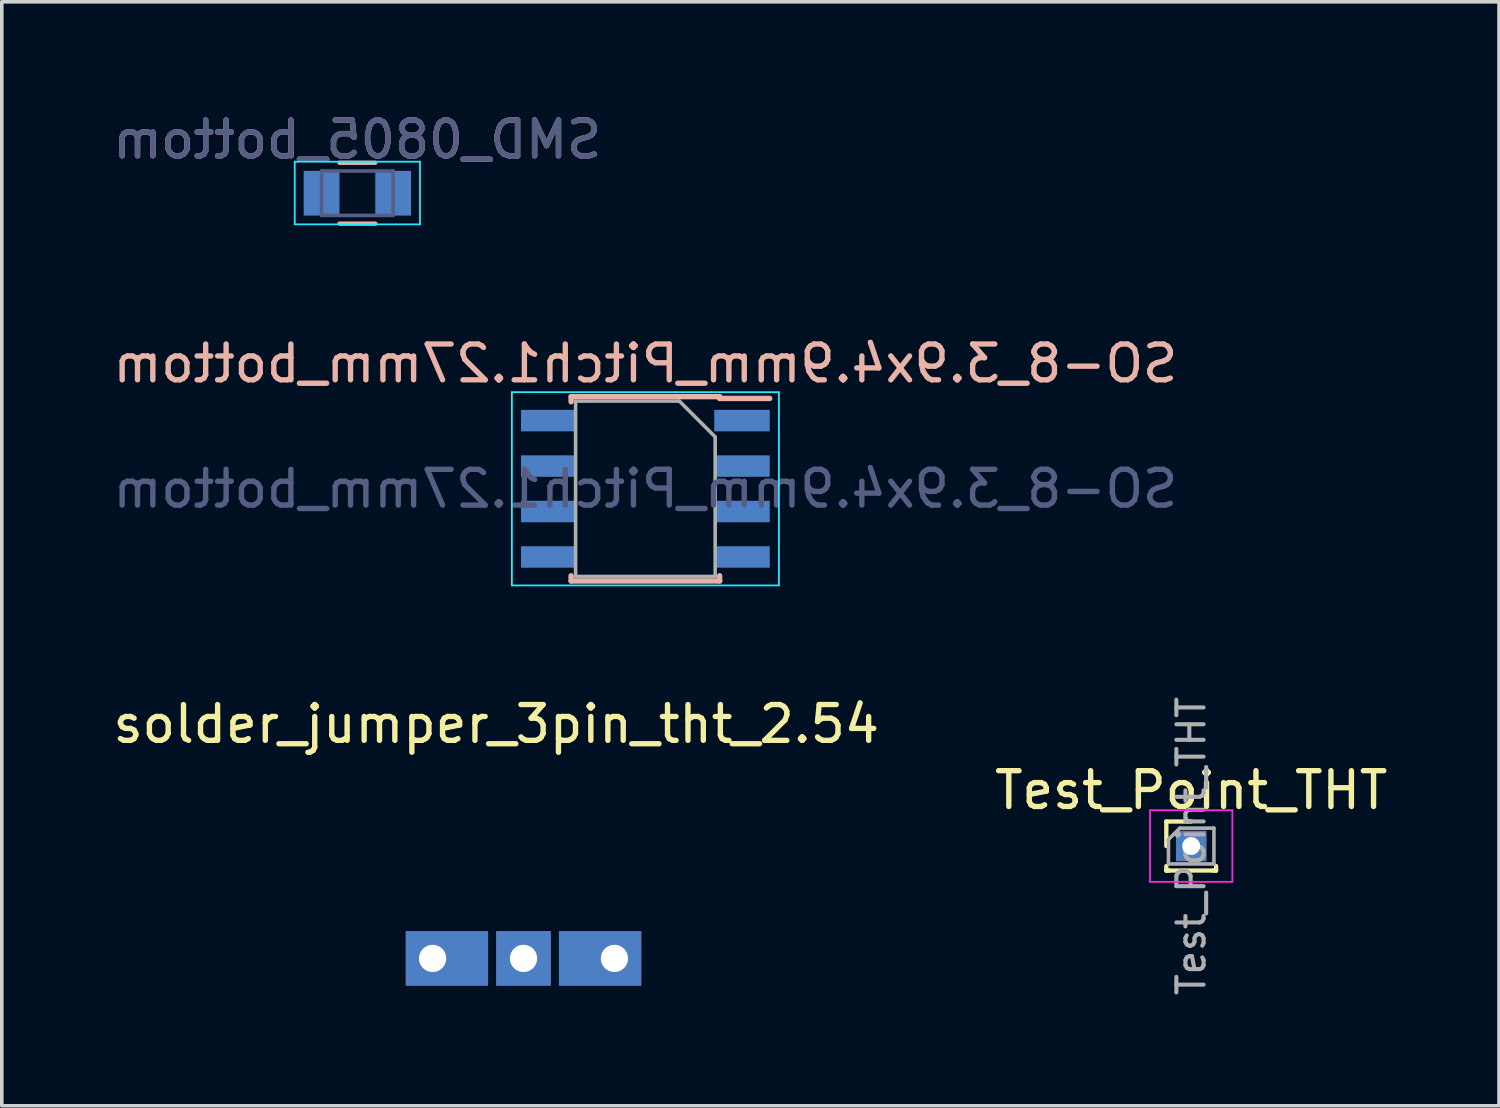
<source format=kicad_pcb>
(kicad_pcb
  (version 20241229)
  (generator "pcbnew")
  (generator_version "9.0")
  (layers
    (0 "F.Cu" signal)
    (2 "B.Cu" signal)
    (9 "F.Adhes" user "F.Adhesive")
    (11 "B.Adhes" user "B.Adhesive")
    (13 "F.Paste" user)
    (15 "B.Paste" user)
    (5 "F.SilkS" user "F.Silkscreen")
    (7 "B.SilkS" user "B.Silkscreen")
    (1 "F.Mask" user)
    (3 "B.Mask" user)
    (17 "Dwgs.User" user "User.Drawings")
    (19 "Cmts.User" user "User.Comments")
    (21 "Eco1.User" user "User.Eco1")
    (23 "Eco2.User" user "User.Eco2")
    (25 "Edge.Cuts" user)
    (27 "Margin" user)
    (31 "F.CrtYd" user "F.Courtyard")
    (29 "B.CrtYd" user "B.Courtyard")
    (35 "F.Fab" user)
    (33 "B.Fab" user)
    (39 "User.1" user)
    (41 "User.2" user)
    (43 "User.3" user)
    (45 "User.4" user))
  (footprint "Test_Point_THT"
    (layer "F.Cu")
    (at 30.232 20.588)
    (property "Reference" "Test_Point_THT" (at 0 -1.56 0) (layer "F.SilkS") (effects (font (size 1 1) (thickness 0.15))))
    (attr through_hole)
    (fp_line (start -0.695 -0.685) (end 0 -0.685) (stroke (width 0.12) (type solid)) (layer "F.SilkS"))
    (fp_line (start -0.695 0) (end -0.695 -0.685) (stroke (width 0.12) (type solid)) (layer "F.SilkS"))
    (fp_line (start -0.695 0.685) (end -0.695 0.56) (stroke (width 0.12) (type solid)) (layer "F.SilkS"))
    (fp_line (start -0.695 0.685) (end -0.608 0.685) (stroke (width 0.12) (type solid)) (layer "F.SilkS"))
    (fp_line (start -0.695 0.685) (end 0.695 0.685) (stroke (width 0.12) (type solid)) (layer "F.SilkS"))
    (fp_line (start 0.608 0.685) (end 0.695 0.685) (stroke (width 0.12) (type solid)) (layer "F.SilkS"))
    (fp_line (start 0.695 0.685) (end 0.695 0.56) (stroke (width 0.12) (type solid)) (layer "F.SilkS"))
    (fp_line (start -1.15 -1) (end -1.15 1) (stroke (width 0.05) (type solid)) (layer "F.CrtYd"))
    (fp_line (start -1.15 1) (end 1.15 1) (stroke (width 0.05) (type solid)) (layer "F.CrtYd"))
    (fp_line (start 1.15 -1) (end -1.15 -1) (stroke (width 0.05) (type solid)) (layer "F.CrtYd"))
    (fp_line (start 1.15 1) (end 1.15 -1) (stroke (width 0.05) (type solid)) (layer "F.CrtYd"))
    (fp_line (start -0.635 -0.182) (end -0.318 -0.5) (stroke (width 0.1) (type solid)) (layer "F.Fab"))
    (fp_line (start -0.635 0.5) (end -0.635 -0.182) (stroke (width 0.1) (type solid)) (layer "F.Fab"))
    (fp_line (start -0.318 -0.5) (end 0.635 -0.5) (stroke (width 0.1) (type solid)) (layer "F.Fab"))
    (fp_line (start 0.635 -0.5) (end 0.635 0.5) (stroke (width 0.1) (type solid)) (layer "F.Fab"))
    (fp_line (start 0.635 0.5) (end -0.635 0.5) (stroke (width 0.1) (type solid)) (layer "F.Fab"))
    (fp_text user "${REFERENCE}" (at 0 0 90) (layer "F.Fab") (effects (font (size 0.76 0.76) (thickness 0.114))))
    (pad "1" thru_hole rect (at 0 0) (size 0.85 0.85) (drill 0.5) (layers "*.Cu" "*.Mask")))
  (footprint "solder_jumper_3pin_tht_2.54"
    (layer "F.Cu")
    (at 11.577 23.728)
    (property "Reference" "solder_jumper_3pin_tht_2.54" (at -0.762 -6.548 0) (layer "F.SilkS") (effects (font (size 1 1) (thickness 0.15))))
    (attr through_hole)
    (pad "1" thru_hole rect (at -2.54 0) (size 2.3 1.524) (drill 0.762 (offset 0.4 0)) (layers "*.Cu" "*.Mask"))
    (pad "2" thru_hole rect (at 0 0) (size 1.524 1.524) (drill 0.762) (layers "*.Cu" "*.Mask"))
    (pad "3" thru_hole trapezoid (at 2.54 0) (size 2.3 1.524) (drill 0.762 (offset -0.4 0)) (layers "*.Cu" "*.Mask")))
  (footprint "SO-8_3.9x4.9mm_Pitch1.27mm_bottom"
    (layer "F.Cu")
    (at 14.22 10.607)
    (property "Reference" "SO-8_3.9x4.9mm_Pitch1.27mm_bottom" (at 0.762 -3.5 0) (layer "B.SilkS") (effects (font (size 1 1) (thickness 0.15)) (justify mirror)))
    (attr smd)
    (fp_line (start -1.313 -2.575) (end -1.313 -2.43) (stroke (width 0.15) (type solid)) (layer "B.SilkS"))
    (fp_line (start -1.313 2.575) (end -1.313 2.43) (stroke (width 0.15) (type solid)) (layer "B.SilkS"))
    (fp_line (start 2.837 -2.575) (end -1.313 -2.575) (stroke (width 0.15) (type solid)) (layer "B.SilkS"))
    (fp_line (start 2.837 -2.575) (end 2.837 -2.525) (stroke (width 0.15) (type solid)) (layer "B.SilkS"))
    (fp_line (start 2.837 -2.525) (end 4.237 -2.525) (stroke (width 0.15) (type solid)) (layer "B.SilkS"))
    (fp_line (start 2.837 2.575) (end -1.313 2.575) (stroke (width 0.15) (type solid)) (layer "B.SilkS"))
    (fp_line (start 2.837 2.575) (end 2.837 2.43) (stroke (width 0.15) (type solid)) (layer "B.SilkS"))
    (fp_line (start -2.968 -2.7) (end -2.968 2.7) (stroke (width 0.05) (type solid)) (layer "B.CrtYd"))
    (fp_line (start 4.492 -2.7) (end -2.968 -2.7) (stroke (width 0.05) (type solid)) (layer "B.CrtYd"))
    (fp_line (start 4.492 -2.7) (end 4.492 2.7) (stroke (width 0.05) (type solid)) (layer "B.CrtYd"))
    (fp_line (start 4.492 2.7) (end -2.968 2.7) (stroke (width 0.05) (type solid)) (layer "B.CrtYd"))
    (fp_line (start -1.188 -2.45) (end -1.188 2.45) (stroke (width 0.1) (type solid)) (layer "F.Fab"))
    (fp_line (start -1.188 2.45) (end 2.712 2.45) (stroke (width 0.1) (type solid)) (layer "F.Fab"))
    (fp_line (start 1.712 -2.45) (end -1.188 -2.45) (stroke (width 0.1) (type solid)) (layer "F.Fab"))
    (fp_line (start 2.712 -1.45) (end 1.712 -2.45) (stroke (width 0.1) (type solid)) (layer "F.Fab"))
    (fp_line (start 2.712 2.45) (end 2.712 -1.45) (stroke (width 0.1) (type solid)) (layer "F.Fab"))
    (fp_text user "${REFERENCE}" (at 0.762 0 0) (layer "B.Fab") (effects (font (size 1 1) (thickness 0.15)) (justify mirror)))
    (pad "1" smd rect (at 3.462 -1.905) (size 1.55 0.6) (layers "B.Cu" "B.Mask" "B.Paste"))
    (pad "2" smd rect (at 3.462 -0.635) (size 1.55 0.6) (layers "B.Cu" "B.Mask" "B.Paste"))
    (pad "3" smd rect (at 3.462 0.635) (size 1.55 0.6) (layers "B.Cu" "B.Mask" "B.Paste"))
    (pad "4" smd rect (at 3.462 1.905) (size 1.55 0.6) (layers "B.Cu" "B.Mask" "B.Paste"))
    (pad "5" smd rect (at -1.938 1.905) (size 1.55 0.6) (layers "B.Cu" "B.Mask" "B.Paste"))
    (pad "6" smd rect (at -1.938 0.635) (size 1.55 0.6) (layers "B.Cu" "B.Mask" "B.Paste"))
    (pad "7" smd rect (at -1.938 -0.635) (size 1.55 0.6) (layers "B.Cu" "B.Mask" "B.Paste"))
    (pad "8" smd rect (at -1.938 -1.905) (size 1.55 0.6) (layers "B.Cu" "B.Mask" "B.Paste")))
  (footprint "SMD_0805_bottom"
    (layer "F.Cu")
    (at 6.935 2.348)
    (property "Reference" "SMD_0805_bottom" (at 0 -1.5 0) (layer "B.SilkS") (effects (font (size 1 1) (thickness 0.15)) (justify mirror)))
    (attr smd)
    (fp_line (start -0.5 0.85) (end 0.5 0.85) (stroke (width 0.12) (type solid)) (layer "B.SilkS"))
    (fp_line (start 0.5 -0.85) (end -0.5 -0.85) (stroke (width 0.12) (type solid)) (layer "B.SilkS"))
    (fp_line (start -1.75 -0.88) (end -1.75 0.87) (stroke (width 0.05) (type solid)) (layer "B.CrtYd"))
    (fp_line (start -1.75 -0.88) (end 1.75 -0.88) (stroke (width 0.05) (type solid)) (layer "B.CrtYd"))
    (fp_line (start 1.75 0.87) (end -1.75 0.87) (stroke (width 0.05) (type solid)) (layer "B.CrtYd"))
    (fp_line (start 1.75 0.87) (end 1.75 -0.88) (stroke (width 0.05) (type solid)) (layer "B.CrtYd"))
    (fp_line (start -1 -0.62) (end 1 -0.62) (stroke (width 0.1) (type solid)) (layer "B.Fab"))
    (fp_line (start -1 0.62) (end -1 -0.62) (stroke (width 0.1) (type solid)) (layer "B.Fab"))
    (fp_line (start 1 -0.62) (end 1 0.62) (stroke (width 0.1) (type solid)) (layer "B.Fab"))
    (fp_line (start 1 0.62) (end -1 0.62) (stroke (width 0.1) (type solid)) (layer "B.Fab"))
    (fp_text user "${REFERENCE}" (at 0 -1.5 0) (layer "B.Fab") (effects (font (size 1 1) (thickness 0.15)) (justify mirror)))
    (pad "1" smd rect (at -1 0) (size 1 1.25) (layers "B.Cu" "B.Mask" "B.Paste"))
    (pad "2" smd rect (at 1 0) (size 1 1.25) (layers "B.Cu" "B.Mask" "B.Paste")))
  (gr_rect
    (start -3 -3)
    (end 38.833 27.845)
    (stroke (width 0.1) (type default))
    (fill no)
    (layer "Edge.Cuts")))
</source>
